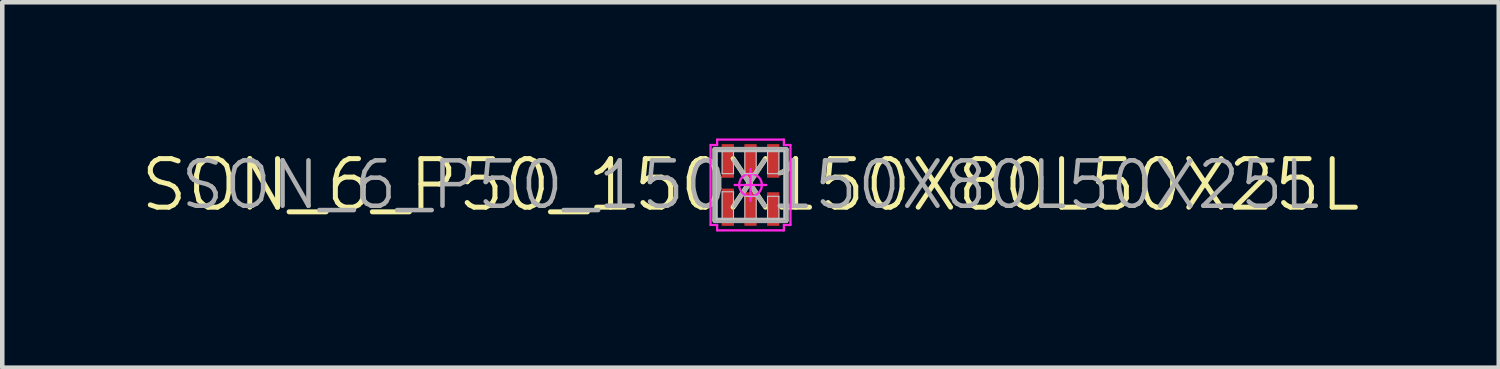
<source format=kicad_pcb>
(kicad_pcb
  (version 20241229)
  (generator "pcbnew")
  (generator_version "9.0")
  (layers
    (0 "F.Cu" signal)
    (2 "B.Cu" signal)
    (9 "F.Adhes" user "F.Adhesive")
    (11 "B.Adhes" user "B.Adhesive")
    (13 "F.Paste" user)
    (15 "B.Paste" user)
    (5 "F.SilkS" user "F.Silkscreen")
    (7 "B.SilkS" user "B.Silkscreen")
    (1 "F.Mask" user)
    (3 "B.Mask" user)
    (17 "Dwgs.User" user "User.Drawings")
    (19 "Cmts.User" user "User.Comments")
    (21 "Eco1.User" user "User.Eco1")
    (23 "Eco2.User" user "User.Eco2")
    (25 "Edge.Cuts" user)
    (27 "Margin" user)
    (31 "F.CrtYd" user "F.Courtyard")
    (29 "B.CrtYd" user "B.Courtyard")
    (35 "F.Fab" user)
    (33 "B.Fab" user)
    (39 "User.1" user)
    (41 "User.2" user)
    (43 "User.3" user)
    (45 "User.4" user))
  (footprint "SON_6_P50_150X150X80L50X25L"
    (layer "F.Cu")
    (at 13.484 1.025)
    (property "Reference" "SON_6_P50_150X150X80L50X25L" (at 0 0 0) (layer "F.Fab") (effects (font (size 1 1) (thickness 0.1))))
    (attr smd)
    (fp_line (start -0.785 0.78) (end -0.785 -0.78) (stroke (width 0.1) (type solid)) (layer "F.SilkS"))
    (fp_line (start 0.785 0.78) (end 0.785 -0.78) (stroke (width 0.1) (type solid)) (layer "F.SilkS"))
    (fp_line (start -0.75 -0.75) (end 0.75 -0.75) (stroke (width 0.025) (type solid)) (layer "Dwgs.User"))
    (fp_line (start -0.75 0.75) (end -0.75 -0.75) (stroke (width 0.025) (type solid)) (layer "Dwgs.User"))
    (fp_line (start -0.625 -0.75) (end -0.375 -0.75) (stroke (width 0.025) (type solid)) (layer "Dwgs.User"))
    (fp_line (start -0.625 -0.25) (end -0.625 -0.75) (stroke (width 0.025) (type solid)) (layer "Dwgs.User"))
    (fp_line (start -0.625 0.15) (end -0.375 0.15) (stroke (width 0.025) (type solid)) (layer "Dwgs.User"))
    (fp_line (start -0.625 0.75) (end -0.625 0.15) (stroke (width 0.025) (type solid)) (layer "Dwgs.User"))
    (fp_line (start -0.375 -0.75) (end -0.375 -0.25) (stroke (width 0.025) (type solid)) (layer "Dwgs.User"))
    (fp_line (start -0.375 -0.25) (end -0.625 -0.25) (stroke (width 0.025) (type solid)) (layer "Dwgs.User"))
    (fp_line (start -0.375 0.15) (end -0.375 0.75) (stroke (width 0.025) (type solid)) (layer "Dwgs.User"))
    (fp_line (start -0.375 0.75) (end -0.625 0.75) (stroke (width 0.025) (type solid)) (layer "Dwgs.User"))
    (fp_line (start -0.125 -0.75) (end 0.125 -0.75) (stroke (width 0.025) (type solid)) (layer "Dwgs.User"))
    (fp_line (start -0.125 -0.25) (end -0.125 -0.75) (stroke (width 0.025) (type solid)) (layer "Dwgs.User"))
    (fp_line (start -0.125 0.25) (end 0.125 0.25) (stroke (width 0.025) (type solid)) (layer "Dwgs.User"))
    (fp_line (start -0.125 0.75) (end -0.125 0.25) (stroke (width 0.025) (type solid)) (layer "Dwgs.User"))
    (fp_line (start 0.125 -0.75) (end 0.125 -0.25) (stroke (width 0.025) (type solid)) (layer "Dwgs.User"))
    (fp_line (start 0.125 -0.25) (end -0.125 -0.25) (stroke (width 0.025) (type solid)) (layer "Dwgs.User"))
    (fp_line (start 0.125 0.25) (end 0.125 0.75) (stroke (width 0.025) (type solid)) (layer "Dwgs.User"))
    (fp_line (start 0.125 0.75) (end -0.125 0.75) (stroke (width 0.025) (type solid)) (layer "Dwgs.User"))
    (fp_line (start 0.375 -0.75) (end 0.625 -0.75) (stroke (width 0.025) (type solid)) (layer "Dwgs.User"))
    (fp_line (start 0.375 -0.25) (end 0.375 -0.75) (stroke (width 0.025) (type solid)) (layer "Dwgs.User"))
    (fp_line (start 0.375 0.25) (end 0.625 0.25) (stroke (width 0.025) (type solid)) (layer "Dwgs.User"))
    (fp_line (start 0.375 0.75) (end 0.375 0.25) (stroke (width 0.025) (type solid)) (layer "Dwgs.User"))
    (fp_line (start 0.625 -0.75) (end 0.625 -0.25) (stroke (width 0.025) (type solid)) (layer "Dwgs.User"))
    (fp_line (start 0.625 -0.25) (end 0.375 -0.25) (stroke (width 0.025) (type solid)) (layer "Dwgs.User"))
    (fp_line (start 0.625 0.25) (end 0.625 0.75) (stroke (width 0.025) (type solid)) (layer "Dwgs.User"))
    (fp_line (start 0.625 0.75) (end 0.375 0.75) (stroke (width 0.025) (type solid)) (layer "Dwgs.User"))
    (fp_line (start 0.75 -0.75) (end 0.75 0.75) (stroke (width 0.025) (type solid)) (layer "Dwgs.User"))
    (fp_line (start 0.75 0.75) (end -0.75 0.75) (stroke (width 0.025) (type solid)) (layer "Dwgs.User"))
    (fp_line (start -0.88 -0.88) (end -0.88 0.88) (stroke (width 0.05) (type solid)) (layer "F.CrtYd"))
    (fp_line (start -0.88 0.88) (end -0.735 0.88) (stroke (width 0.05) (type solid)) (layer "F.CrtYd"))
    (fp_line (start -0.735 -1) (end -0.735 -0.88) (stroke (width 0.05) (type solid)) (layer "F.CrtYd"))
    (fp_line (start -0.735 -0.88) (end -0.88 -0.88) (stroke (width 0.05) (type solid)) (layer "F.CrtYd"))
    (fp_line (start -0.735 0.88) (end -0.735 1) (stroke (width 0.05) (type solid)) (layer "F.CrtYd"))
    (fp_line (start -0.735 1) (end 0.735 1) (stroke (width 0.05) (type solid)) (layer "F.CrtYd"))
    (fp_line (start -0.35 0) (end 0.35 0) (stroke (width 0.05) (type solid)) (layer "F.CrtYd"))
    (fp_line (start 0 -0.35) (end 0 0.35) (stroke (width 0.05) (type solid)) (layer "F.CrtYd"))
    (fp_line (start 0.735 -1) (end -0.735 -1) (stroke (width 0.05) (type solid)) (layer "F.CrtYd"))
    (fp_line (start 0.735 -0.88) (end 0.735 -1) (stroke (width 0.05) (type solid)) (layer "F.CrtYd"))
    (fp_line (start 0.735 0.88) (end 0.88 0.88) (stroke (width 0.05) (type solid)) (layer "F.CrtYd"))
    (fp_line (start 0.735 1) (end 0.735 0.88) (stroke (width 0.05) (type solid)) (layer "F.CrtYd"))
    (fp_line (start 0.88 -0.88) (end 0.735 -0.88) (stroke (width 0.05) (type solid)) (layer "F.CrtYd"))
    (fp_line (start 0.88 0.88) (end 0.88 -0.88) (stroke (width 0.05) (type solid)) (layer "F.CrtYd"))
    (fp_circle (center 0 0) (end 0 0.25) (stroke (width 0.05) (type solid)) (fill no) (layer "F.CrtYd"))
    (fp_line (start -0.78 -0.78) (end 0.78 -0.78) (stroke (width 0.12) (type solid)) (layer "F.Fab"))
    (fp_line (start -0.78 0.78) (end -0.78 -0.78) (stroke (width 0.12) (type solid)) (layer "F.Fab"))
    (fp_line (start 0.78 -0.78) (end 0.78 0.78) (stroke (width 0.12) (type solid)) (layer "F.Fab"))
    (fp_line (start 0.78 0.78) (end -0.78 0.78) (stroke (width 0.12) (type solid)) (layer "F.Fab"))
    (fp_text user "${REFERENCE}" (at 0 0 0) (layer "F.SilkS") (effects (font (size 1.07 1.07) (thickness 0.11))))
    (pad "1" smd rect (at -0.5 0.49 90) (size 0.82 0.27) (layers "F.Cu" "F.Mask" "F.Paste"))
    (pad "2" smd rect (at 0 0.53 90) (size 0.74 0.27) (layers "F.Cu" "F.Mask" "F.Paste"))
    (pad "3" smd rect (at 0.5 0.53 90) (size 0.74 0.27) (layers "F.Cu" "F.Mask" "F.Paste"))
    (pad "4" smd rect (at 0.5 -0.53 90) (size 0.74 0.27) (layers "F.Cu" "F.Mask" "F.Paste"))
    (pad "5" smd rect (at 0 -0.53 90) (size 0.74 0.27) (layers "F.Cu" "F.Mask" "F.Paste"))
    (pad "6" smd rect (at -0.5 -0.53 90) (size 0.74 0.27) (layers "F.Cu" "F.Mask" "F.Paste")))
  (gr_rect
    (start -3 -3)
    (end 29.968 5.05)
    (stroke (width 0.1) (type default))
    (fill no)
    (layer "Edge.Cuts")))
</source>
